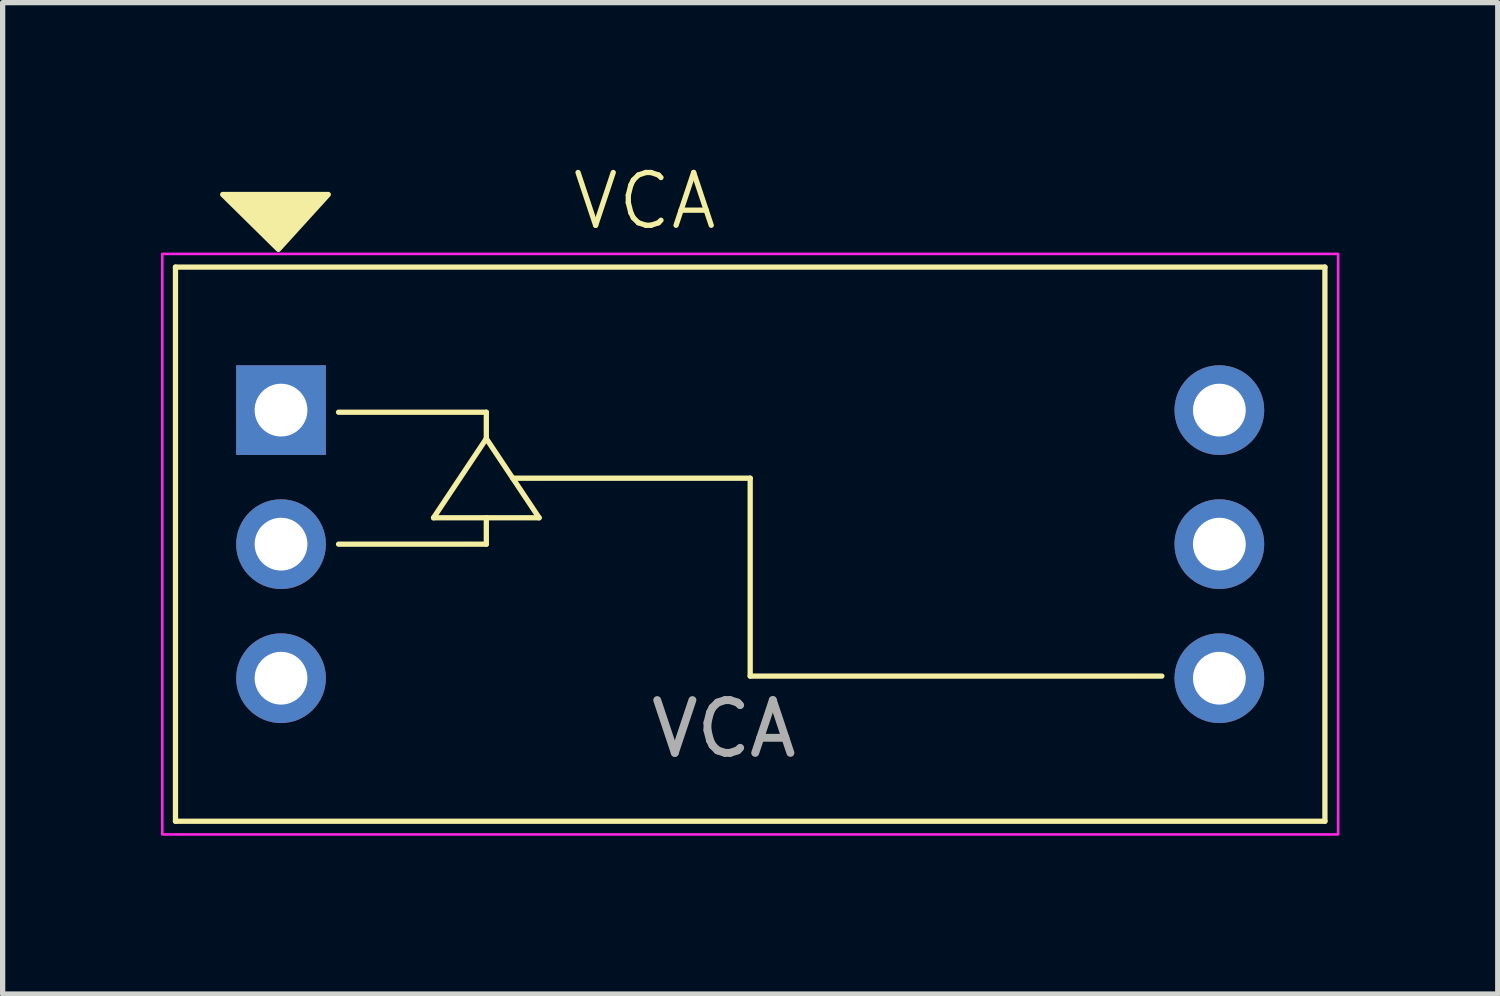
<source format=kicad_pcb>
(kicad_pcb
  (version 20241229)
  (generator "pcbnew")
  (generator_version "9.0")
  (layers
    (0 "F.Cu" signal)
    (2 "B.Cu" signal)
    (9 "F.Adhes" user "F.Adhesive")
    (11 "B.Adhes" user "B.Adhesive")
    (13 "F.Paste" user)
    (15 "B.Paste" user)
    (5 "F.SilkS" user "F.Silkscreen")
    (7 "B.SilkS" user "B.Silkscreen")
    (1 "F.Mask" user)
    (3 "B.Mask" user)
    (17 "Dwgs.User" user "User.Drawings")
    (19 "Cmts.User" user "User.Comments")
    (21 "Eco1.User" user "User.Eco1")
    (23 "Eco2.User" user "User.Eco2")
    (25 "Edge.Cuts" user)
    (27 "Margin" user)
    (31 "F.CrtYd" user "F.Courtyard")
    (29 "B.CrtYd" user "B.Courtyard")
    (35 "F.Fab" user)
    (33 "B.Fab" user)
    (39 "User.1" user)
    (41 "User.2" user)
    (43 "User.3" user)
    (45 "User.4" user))
  (footprint "VCA"
    (layer "F.Cu")
    (at 11.165 7.261)
    (property "Reference" "VCA" (at -2 -6.5 0) (unlocked yes) (layer "F.SilkS") (effects (font (size 1 1) (thickness 0.1))))
    (attr through_hole)
    (fp_line (start -10.89 -5.25) (end -10.89 5.25) (stroke (width 0.1) (type solid)) (layer "F.SilkS"))
    (fp_line (start -10.89 -5.25) (end 10.89 -5.25) (stroke (width 0.1) (type solid)) (layer "F.SilkS"))
    (fp_line (start -10.89 5.25) (end 10.89 5.25) (stroke (width 0.1) (type solid)) (layer "F.SilkS"))
    (fp_line (start -6 -0.5) (end -4 -0.5) (stroke (width 0.1) (type default)) (layer "F.SilkS"))
    (fp_line (start -5 -2.5) (end -7.8 -2.5) (stroke (width 0.1) (type solid)) (layer "F.SilkS"))
    (fp_line (start -5 -2) (end -6 -0.5) (stroke (width 0.1) (type default)) (layer "F.SilkS"))
    (fp_line (start -5 -2) (end -5 -2.5) (stroke (width 0.1) (type default)) (layer "F.SilkS"))
    (fp_line (start -5 -0.5) (end -5 0) (stroke (width 0.1) (type default)) (layer "F.SilkS"))
    (fp_line (start -5 0) (end -7.8 0) (stroke (width 0.1) (type solid)) (layer "F.SilkS"))
    (fp_line (start -4 -0.5) (end -5 -2) (stroke (width 0.1) (type default)) (layer "F.SilkS"))
    (fp_line (start 0 -1.25) (end -4.5 -1.25) (stroke (width 0.1) (type solid)) (layer "F.SilkS"))
    (fp_line (start 0 2.5) (end 0 -1.25) (stroke (width 0.1) (type solid)) (layer "F.SilkS"))
    (fp_line (start 7.8 2.5) (end 0 2.5) (stroke (width 0.1) (type solid)) (layer "F.SilkS"))
    (fp_line (start 10.89 -5.25) (end 10.89 5.25) (stroke (width 0.1) (type solid)) (layer "F.SilkS"))
    (fp_poly (pts (xy -9.995 -6.626) (xy -7.995 -6.626) (xy -8.94 -5.586)) (stroke (width 0.1) (type solid)) (fill yes) (layer "F.SilkS"))
    (fp_rect (start -11.14 -5.5) (end 11.14 5.5) (stroke (width 0.05) (type solid)) (fill no) (layer "F.CrtYd"))
    (fp_text user "${REFERENCE}" (at -0.5 3.5 0) (unlocked yes) (layer "F.Fab") (effects (font (size 1 1) (thickness 0.15))))
    (pad "1" thru_hole rect (at -8.89 -2.54) (size 1.7 1.7) (drill 1) (layers "*.Cu" "*.Mask"))
    (pad "2" thru_hole circle (at -8.89 0) (size 1.7 1.7) (drill 1) (layers "*.Cu" "*.Mask"))
    (pad "3" thru_hole circle (at -8.89 2.54) (size 1.7 1.7) (drill 1) (layers "*.Cu" "*.Mask"))
    (pad "4" thru_hole circle (at 8.89 2.54) (size 1.7 1.7) (drill 1) (layers "*.Cu" "*.Mask"))
    (pad "5" thru_hole circle (at 8.89 0) (size 1.7 1.7) (drill 1) (layers "*.Cu" "*.Mask"))
    (pad "6" thru_hole circle (at 8.89 -2.54) (size 1.7 1.7) (drill 1) (layers "*.Cu" "*.Mask")))
  (gr_rect
    (start -3 -3)
    (end 25.33 15.786)
    (stroke (width 0.1) (type default))
    (fill no)
    (layer "Edge.Cuts")))
</source>
